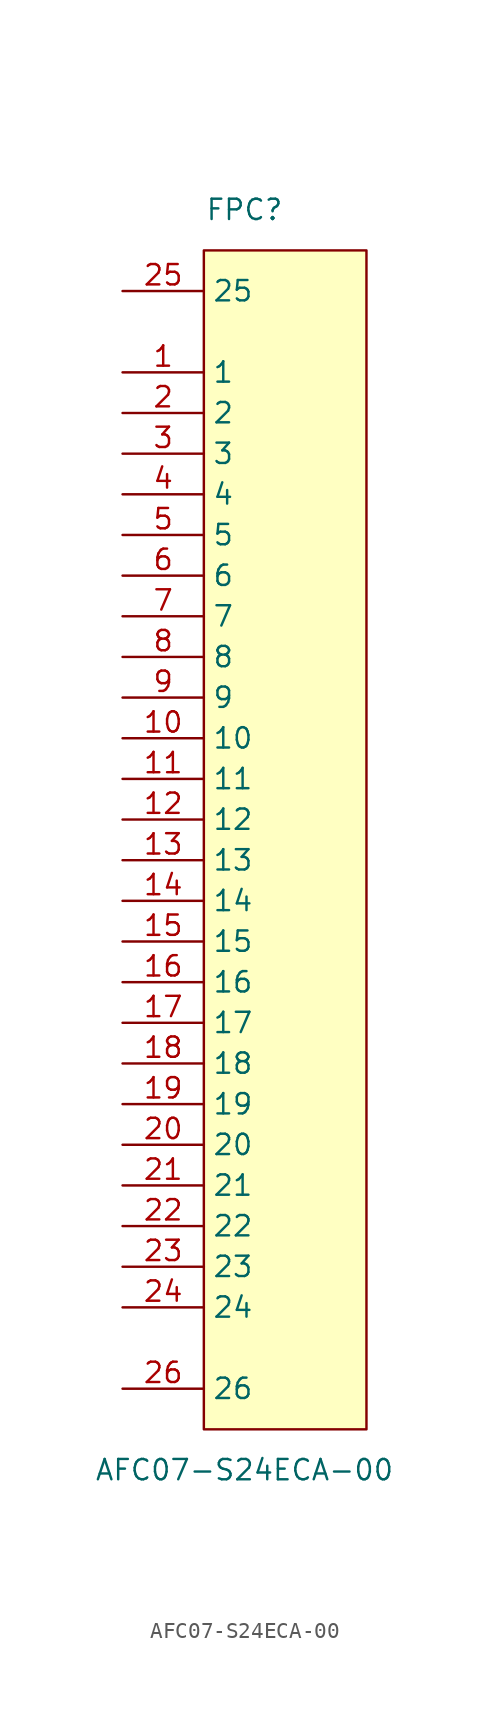
<source format=kicad_sym>
(kicad_symbol_lib
  (version 20211014)
  (generator https://github.com/uPesy/easyeda2kicad.py)
  (symbol "AFC07-S24ECA-00"
    (property "Reference" "FPC"
      (at 0 39.37 0)
      (effects (font (size 1.27 1.27))))
    (property "Value" "AFC07-S24ECA-00"
      (at 0 -39.37 0)
      (effects (font (size 1.27 1.27))))
    (symbol "AFC07-S24ECA-00_0_1"
      (rectangle (start -2.54 36.83) (end 7.62 -36.83) (stroke (width 0) (type default) (color 0 0 0 0)) (fill (type background)))
      (pin unspecified line (at -7.62 29.21 0) (length 5.08) (name "1" (effects (font (size 1.27 1.27)))) (number "1" (effects (font (size 1.27 1.27)))))
      (pin unspecified line (at -7.62 26.67 0) (length 5.08) (name "2" (effects (font (size 1.27 1.27)))) (number "2" (effects (font (size 1.27 1.27)))))
      (pin unspecified line (at -7.62 24.13 0) (length 5.08) (name "3" (effects (font (size 1.27 1.27)))) (number "3" (effects (font (size 1.27 1.27)))))
      (pin unspecified line (at -7.62 21.59 0) (length 5.08) (name "4" (effects (font (size 1.27 1.27)))) (number "4" (effects (font (size 1.27 1.27)))))
      (pin unspecified line (at -7.62 19.05 0) (length 5.08) (name "5" (effects (font (size 1.27 1.27)))) (number "5" (effects (font (size 1.27 1.27)))))
      (pin unspecified line (at -7.62 16.51 0) (length 5.08) (name "6" (effects (font (size 1.27 1.27)))) (number "6" (effects (font (size 1.27 1.27)))))
      (pin unspecified line (at -7.62 13.97 0) (length 5.08) (name "7" (effects (font (size 1.27 1.27)))) (number "7" (effects (font (size 1.27 1.27)))))
      (pin unspecified line (at -7.62 11.43 0) (length 5.08) (name "8" (effects (font (size 1.27 1.27)))) (number "8" (effects (font (size 1.27 1.27)))))
      (pin unspecified line (at -7.62 8.89 0) (length 5.08) (name "9" (effects (font (size 1.27 1.27)))) (number "9" (effects (font (size 1.27 1.27)))))
      (pin unspecified line (at -7.62 6.35 0) (length 5.08) (name "10" (effects (font (size 1.27 1.27)))) (number "10" (effects (font (size 1.27 1.27)))))
      (pin unspecified line (at -7.62 3.81 0) (length 5.08) (name "11" (effects (font (size 1.27 1.27)))) (number "11" (effects (font (size 1.27 1.27)))))
      (pin unspecified line (at -7.62 1.27 0) (length 5.08) (name "12" (effects (font (size 1.27 1.27)))) (number "12" (effects (font (size 1.27 1.27)))))
      (pin unspecified line (at -7.62 -1.27 0) (length 5.08) (name "13" (effects (font (size 1.27 1.27)))) (number "13" (effects (font (size 1.27 1.27)))))
      (pin unspecified line (at -7.62 -3.81 0) (length 5.08) (name "14" (effects (font (size 1.27 1.27)))) (number "14" (effects (font (size 1.27 1.27)))))
      (pin unspecified line (at -7.62 -6.35 0) (length 5.08) (name "15" (effects (font (size 1.27 1.27)))) (number "15" (effects (font (size 1.27 1.27)))))
      (pin unspecified line (at -7.62 -8.89 0) (length 5.08) (name "16" (effects (font (size 1.27 1.27)))) (number "16" (effects (font (size 1.27 1.27)))))
      (pin unspecified line (at -7.62 -11.43 0) (length 5.08) (name "17" (effects (font (size 1.27 1.27)))) (number "17" (effects (font (size 1.27 1.27)))))
      (pin unspecified line (at -7.62 -13.97 0) (length 5.08) (name "18" (effects (font (size 1.27 1.27)))) (number "18" (effects (font (size 1.27 1.27)))))
      (pin unspecified line (at -7.62 -16.51 0) (length 5.08) (name "19" (effects (font (size 1.27 1.27)))) (number "19" (effects (font (size 1.27 1.27)))))
      (pin unspecified line (at -7.62 -19.05 0) (length 5.08) (name "20" (effects (font (size 1.27 1.27)))) (number "20" (effects (font (size 1.27 1.27)))))
      (pin unspecified line (at -7.62 -21.59 0) (length 5.08) (name "21" (effects (font (size 1.27 1.27)))) (number "21" (effects (font (size 1.27 1.27)))))
      (pin unspecified line (at -7.62 -24.13 0) (length 5.08) (name "22" (effects (font (size 1.27 1.27)))) (number "22" (effects (font (size 1.27 1.27)))))
      (pin unspecified line (at -7.62 -26.67 0) (length 5.08) (name "23" (effects (font (size 1.27 1.27)))) (number "23" (effects (font (size 1.27 1.27)))))
      (pin unspecified line (at -7.62 -29.21 0) (length 5.08) (name "24" (effects (font (size 1.27 1.27)))) (number "24" (effects (font (size 1.27 1.27)))))
      (pin unspecified line (at -7.62 34.29 0) (length 5.08) (name "25" (effects (font (size 1.27 1.27)))) (number "25" (effects (font (size 1.27 1.27)))))
      (pin unspecified line (at -7.62 -34.29 0) (length 5.08) (name "26" (effects (font (size 1.27 1.27)))) (number "26" (effects (font (size 1.27 1.27))))))))
</source>
